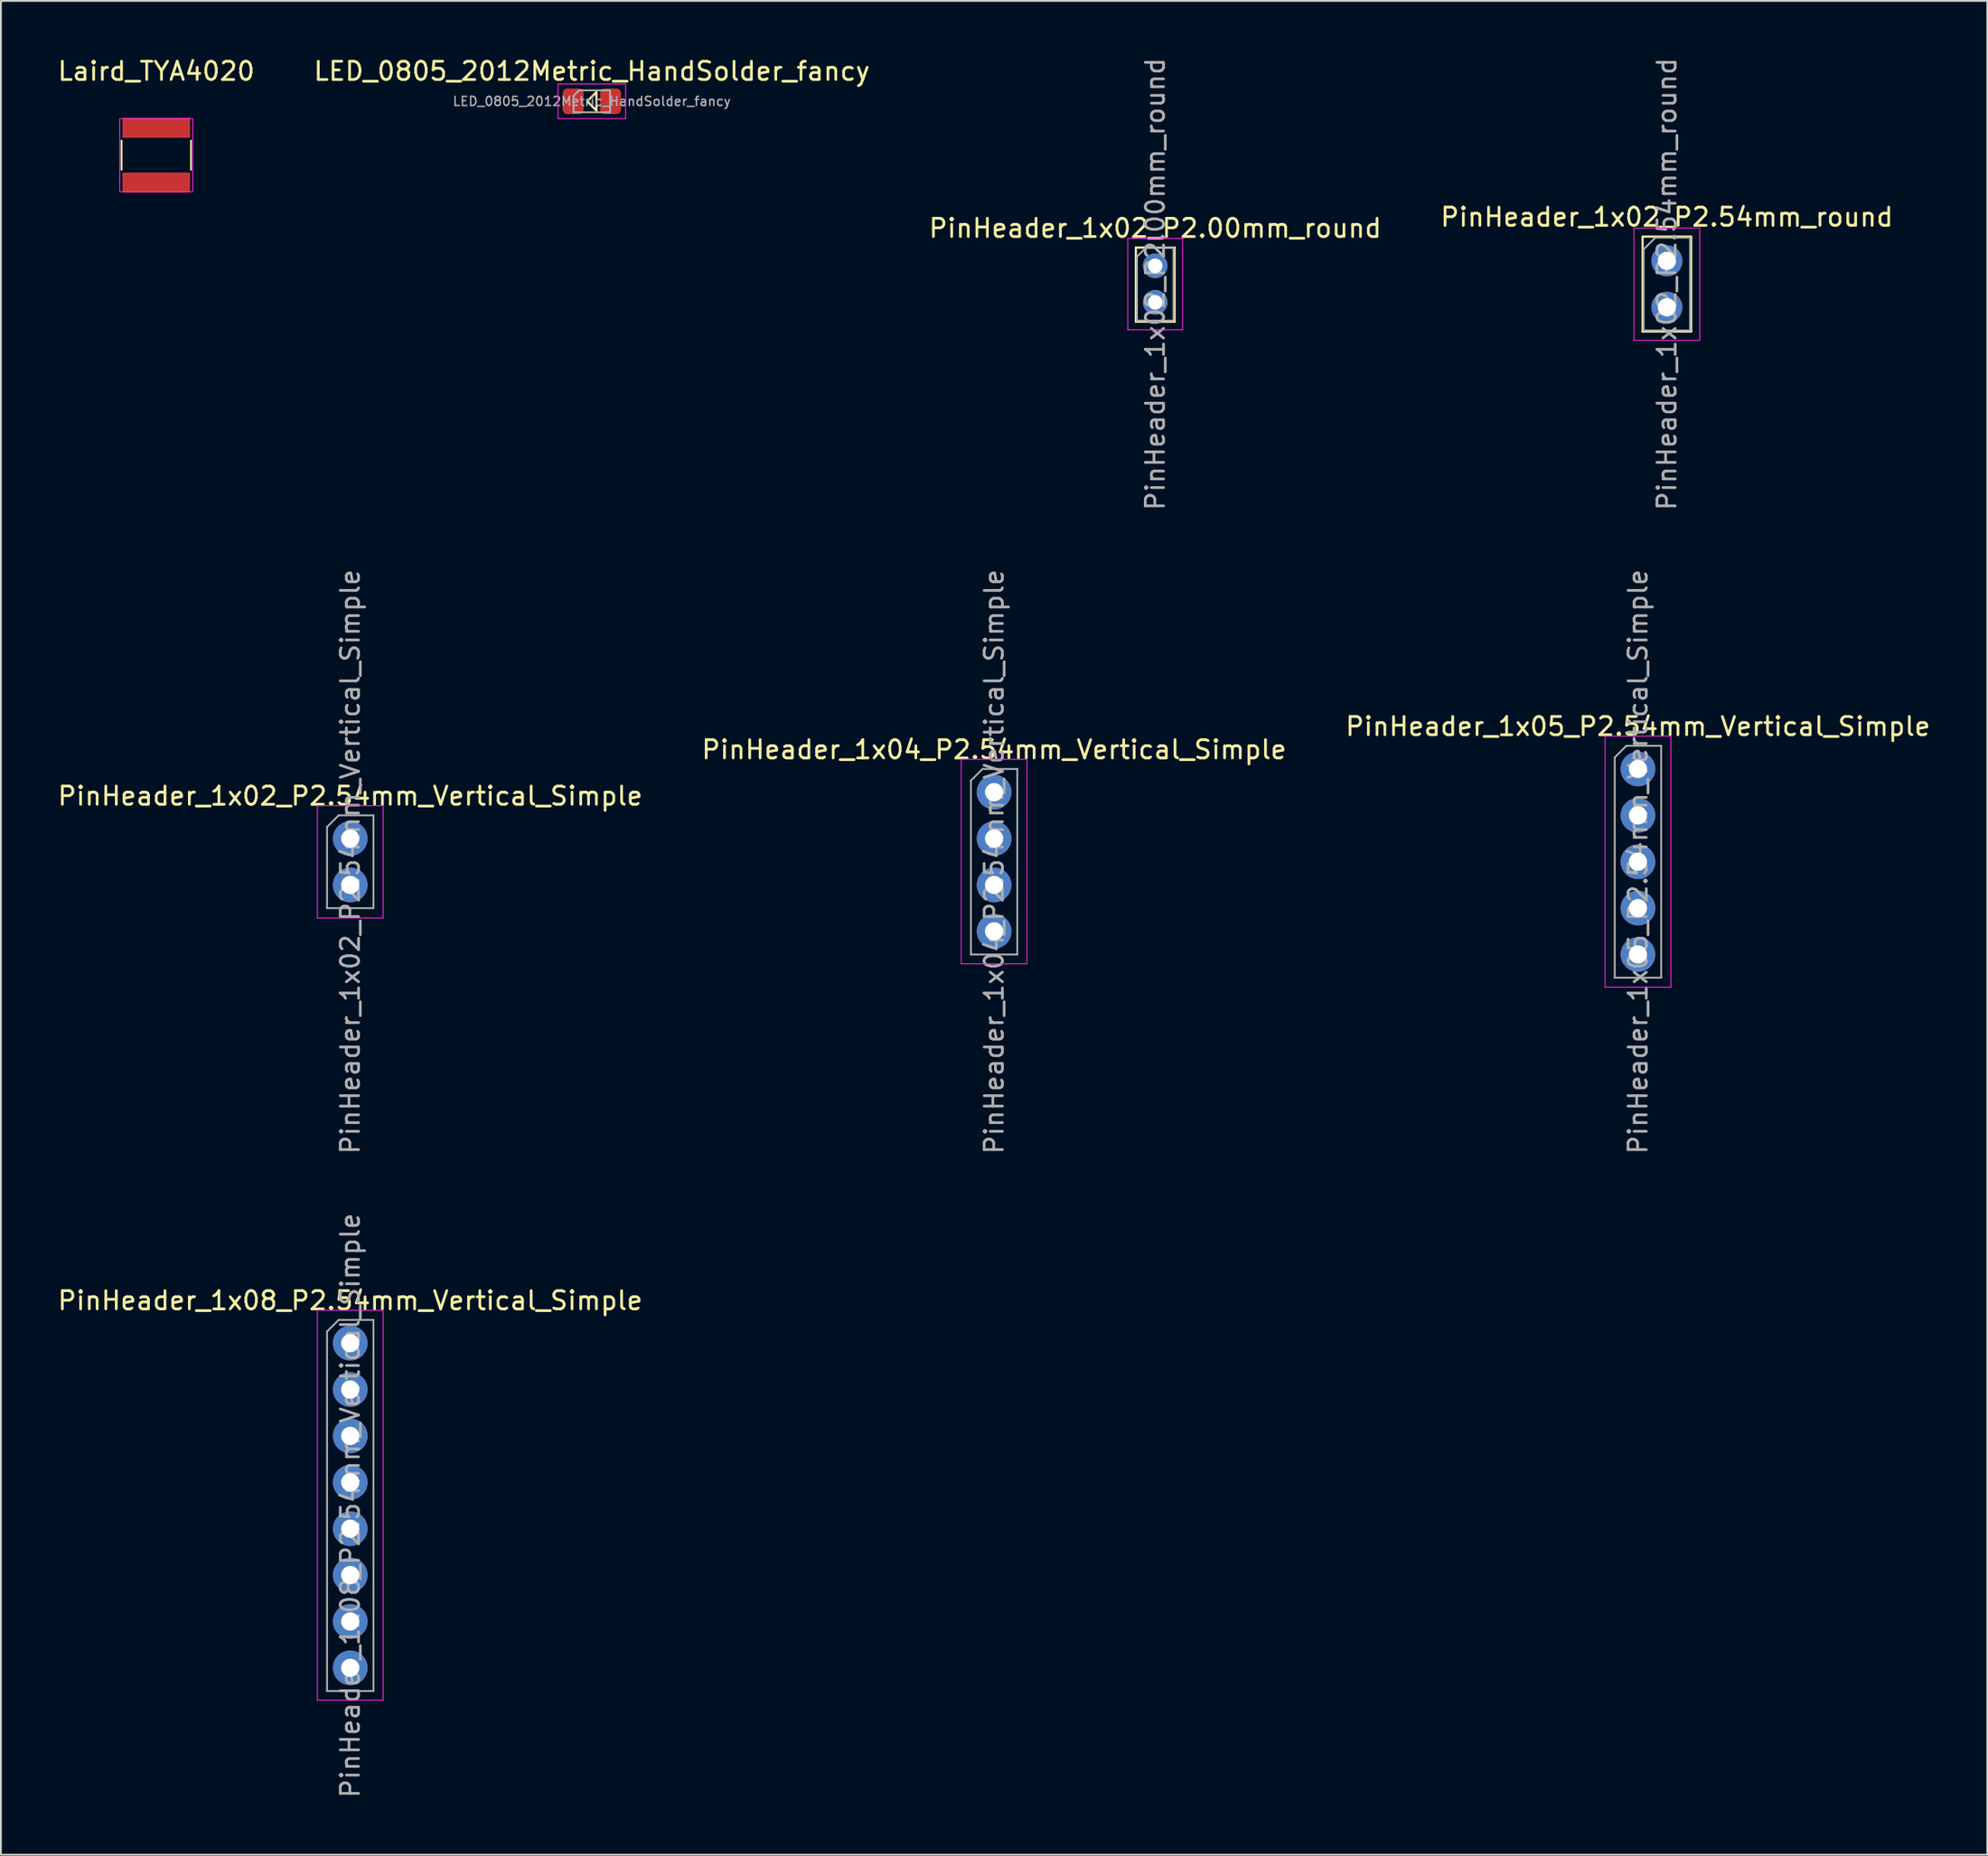
<source format=kicad_pcb>
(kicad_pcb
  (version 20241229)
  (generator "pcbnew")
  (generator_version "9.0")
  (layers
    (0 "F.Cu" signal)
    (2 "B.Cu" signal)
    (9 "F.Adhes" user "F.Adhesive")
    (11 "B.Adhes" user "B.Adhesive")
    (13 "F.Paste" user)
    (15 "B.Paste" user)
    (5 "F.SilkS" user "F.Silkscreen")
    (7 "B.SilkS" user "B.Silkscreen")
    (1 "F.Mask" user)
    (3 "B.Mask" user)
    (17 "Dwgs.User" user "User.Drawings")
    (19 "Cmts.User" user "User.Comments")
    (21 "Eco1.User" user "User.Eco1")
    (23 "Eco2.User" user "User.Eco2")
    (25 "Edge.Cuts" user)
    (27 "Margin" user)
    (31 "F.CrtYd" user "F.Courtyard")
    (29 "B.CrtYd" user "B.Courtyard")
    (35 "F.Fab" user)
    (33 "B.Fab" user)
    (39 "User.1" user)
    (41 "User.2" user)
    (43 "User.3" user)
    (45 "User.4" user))
  (footprint "Laird_TYA4020"
    (layer "F.Cu")
    (at 5.506 5.448)
    (property "Reference" "Laird_TYA4020" (at 0 -4.6 0) (unlocked yes) (layer "F.SilkS") (effects (font (size 1 1) (thickness 0.15))))
    (fp_line (start -1.9 -0.8) (end -1.9 0.8) (stroke (width 0.1) (type solid)) (layer "F.SilkS"))
    (fp_line (start 1.9 -0.8) (end 1.9 0.8) (stroke (width 0.1) (type solid)) (layer "F.SilkS"))
    (fp_rect (start -2 -2) (end 2 2) (stroke (width 0.05) (type solid)) (fill no) (layer "F.CrtYd"))
    (pad "1" smd rect (at 0 -1.5) (size 3.7 1.1) (layers "F.Cu" "F.Mask" "F.Paste"))
    (pad "2" smd rect (at 0 1.5) (size 3.7 1.1) (layers "F.Cu" "F.Mask" "F.Paste")))
  (footprint "LED_0805_2012Metric_HandSolder_fancy"
    (layer "F.Cu")
    (at 29.351 2.498)
    (property "Reference" "LED_0805_2012Metric_HandSolder_fancy" (at 0 -1.65 0) (layer "F.SilkS") (effects (font (size 1 1) (thickness 0.15))))
    (attr smd)
    (fp_line (start -0.254 0) (end 0.254 -0.508) (stroke (width 0.12) (type solid)) (layer "F.SilkS"))
    (fp_line (start 0.254 -0.508) (end 0.254 0.508) (stroke (width 0.12) (type solid)) (layer "F.SilkS"))
    (fp_line (start 0.254 0.508) (end -0.254 0) (stroke (width 0.12) (type solid)) (layer "F.SilkS"))
    (fp_line (start -1.85 -0.95) (end 1.85 -0.95) (stroke (width 0.05) (type solid)) (layer "F.CrtYd"))
    (fp_line (start -1.85 0.95) (end -1.85 -0.95) (stroke (width 0.05) (type solid)) (layer "F.CrtYd"))
    (fp_line (start 1.85 -0.95) (end 1.85 0.95) (stroke (width 0.05) (type solid)) (layer "F.CrtYd"))
    (fp_line (start 1.85 0.95) (end -1.85 0.95) (stroke (width 0.05) (type solid)) (layer "F.CrtYd"))
    (fp_line (start -1 -0.3) (end -1 0.6) (stroke (width 0.1) (type solid)) (layer "F.Fab"))
    (fp_line (start -1 0.6) (end 1 0.6) (stroke (width 0.1) (type solid)) (layer "F.Fab"))
    (fp_line (start -0.7 -0.6) (end -1 -0.3) (stroke (width 0.1) (type solid)) (layer "F.Fab"))
    (fp_line (start 1 -0.6) (end -0.7 -0.6) (stroke (width 0.1) (type solid)) (layer "F.Fab"))
    (fp_line (start 1 0.6) (end 1 -0.6) (stroke (width 0.1) (type solid)) (layer "F.Fab"))
    (fp_text user "${REFERENCE}" (at 0 0 0) (layer "F.Fab") (effects (font (size 0.5 0.5) (thickness 0.08))))
    (pad "1" smd roundrect (at -1.025 0) (size 1.15 1.4) (layers "F.Cu" "F.Mask" "F.Paste") (roundrect_rratio 0.217))
    (pad "2" smd roundrect (at 1.025 0) (size 1.15 1.4) (layers "F.Cu" "F.Mask" "F.Paste") (roundrect_rratio 0.217)))
  (footprint "PinHeader_1x05_P2.54mm_Vertical_Simple"
    (layer "F.Cu")
    (at 86.625 39.057)
    (property "Reference" "PinHeader_1x05_P2.54mm_Vertical_Simple" (at 0 -2.33 0) (layer "F.SilkS") (effects (font (size 1 1) (thickness 0.15))))
    (attr through_hole)
    (fp_line (start -1.8 -1.8) (end -1.8 11.95) (stroke (width 0.05) (type solid)) (layer "F.CrtYd"))
    (fp_line (start -1.8 11.95) (end 1.8 11.95) (stroke (width 0.05) (type solid)) (layer "F.CrtYd"))
    (fp_line (start 1.8 -1.8) (end -1.8 -1.8) (stroke (width 0.05) (type solid)) (layer "F.CrtYd"))
    (fp_line (start 1.8 11.95) (end 1.8 -1.8) (stroke (width 0.05) (type solid)) (layer "F.CrtYd"))
    (fp_line (start -1.27 -0.635) (end -0.635 -1.27) (stroke (width 0.1) (type solid)) (layer "F.Fab"))
    (fp_line (start -1.27 11.43) (end -1.27 -0.635) (stroke (width 0.1) (type solid)) (layer "F.Fab"))
    (fp_line (start -0.635 -1.27) (end 1.27 -1.27) (stroke (width 0.1) (type solid)) (layer "F.Fab"))
    (fp_line (start 1.27 -1.27) (end 1.27 11.43) (stroke (width 0.1) (type solid)) (layer "F.Fab"))
    (fp_line (start 1.27 11.43) (end -1.27 11.43) (stroke (width 0.1) (type solid)) (layer "F.Fab"))
    (fp_text user "${REFERENCE}" (at 0 5.08 90) (layer "F.Fab") (effects (font (size 1 1) (thickness 0.15))))
    (pad "1" thru_hole circle (at 0 0) (size 1.9 1.9) (drill 1) (layers "*.Cu" "*.Mask"))
    (pad "2" thru_hole circle (at 0 2.54) (size 1.9 1.9) (drill 1) (layers "*.Cu" "*.Mask"))
    (pad "3" thru_hole circle (at 0 5.08) (size 1.9 1.9) (drill 1) (layers "*.Cu" "*.Mask"))
    (pad "4" thru_hole circle (at 0 7.62) (size 1.9 1.9) (drill 1) (layers "*.Cu" "*.Mask"))
    (pad "5" thru_hole circle (at 0 10.16) (size 1.9 1.9) (drill 1) (layers "*.Cu" "*.Mask")))
  (footprint "PinHeader_1x08_P2.54mm_Vertical_Simple"
    (layer "F.Cu")
    (at 16.125 70.497)
    (property "Reference" "PinHeader_1x08_P2.54mm_Vertical_Simple" (at 0 -2.33 0) (layer "F.SilkS") (effects (font (size 1 1) (thickness 0.15))))
    (attr through_hole)
    (fp_line (start -1.8 -1.8) (end -1.8 19.55) (stroke (width 0.05) (type solid)) (layer "F.CrtYd"))
    (fp_line (start -1.8 19.55) (end 1.8 19.55) (stroke (width 0.05) (type solid)) (layer "F.CrtYd"))
    (fp_line (start 1.8 -1.8) (end -1.8 -1.8) (stroke (width 0.05) (type solid)) (layer "F.CrtYd"))
    (fp_line (start 1.8 19.55) (end 1.8 -1.8) (stroke (width 0.05) (type solid)) (layer "F.CrtYd"))
    (fp_line (start -1.27 -0.635) (end -0.635 -1.27) (stroke (width 0.1) (type solid)) (layer "F.Fab"))
    (fp_line (start -1.27 19.05) (end -1.27 -0.635) (stroke (width 0.1) (type solid)) (layer "F.Fab"))
    (fp_line (start -0.635 -1.27) (end 1.27 -1.27) (stroke (width 0.1) (type solid)) (layer "F.Fab"))
    (fp_line (start 1.27 -1.27) (end 1.27 19.05) (stroke (width 0.1) (type solid)) (layer "F.Fab"))
    (fp_line (start 1.27 19.05) (end -1.27 19.05) (stroke (width 0.1) (type solid)) (layer "F.Fab"))
    (fp_text user "${REFERENCE}" (at 0 8.89 90) (layer "F.Fab") (effects (font (size 1 1) (thickness 0.15))))
    (pad "1" thru_hole circle (at 0 0) (size 1.9 1.9) (drill 1) (layers "*.Cu" "*.Mask"))
    (pad "2" thru_hole circle (at 0 2.54) (size 1.9 1.9) (drill 1) (layers "*.Cu" "*.Mask"))
    (pad "3" thru_hole circle (at 0 5.08) (size 1.9 1.9) (drill 1) (layers "*.Cu" "*.Mask"))
    (pad "4" thru_hole circle (at 0 7.62) (size 1.9 1.9) (drill 1) (layers "*.Cu" "*.Mask"))
    (pad "5" thru_hole circle (at 0 10.16) (size 1.9 1.9) (drill 1) (layers "*.Cu" "*.Mask"))
    (pad "6" thru_hole circle (at 0 12.7) (size 1.9 1.9) (drill 1) (layers "*.Cu" "*.Mask"))
    (pad "7" thru_hole circle (at 0 15.24) (size 1.9 1.9) (drill 1) (layers "*.Cu" "*.Mask"))
    (pad "8" thru_hole circle (at 0 17.78) (size 1.9 1.9) (drill 1) (layers "*.Cu" "*.Mask")))
  (footprint "PinHeader_1x02_P2.54mm_Vertical_Simple"
    (layer "F.Cu")
    (at 16.125 42.867)
    (property "Reference" "PinHeader_1x02_P2.54mm_Vertical_Simple" (at 0 -2.33 0) (layer "F.SilkS") (effects (font (size 1 1) (thickness 0.15))))
    (attr through_hole)
    (fp_line (start -1.8 -1.8) (end -1.8 4.35) (stroke (width 0.05) (type solid)) (layer "F.CrtYd"))
    (fp_line (start -1.8 4.35) (end 1.8 4.35) (stroke (width 0.05) (type solid)) (layer "F.CrtYd"))
    (fp_line (start 1.8 -1.8) (end -1.8 -1.8) (stroke (width 0.05) (type solid)) (layer "F.CrtYd"))
    (fp_line (start 1.8 4.35) (end 1.8 -1.8) (stroke (width 0.05) (type solid)) (layer "F.CrtYd"))
    (fp_line (start -1.27 -0.635) (end -0.635 -1.27) (stroke (width 0.1) (type solid)) (layer "F.Fab"))
    (fp_line (start -1.27 3.81) (end -1.27 -0.635) (stroke (width 0.1) (type solid)) (layer "F.Fab"))
    (fp_line (start -0.635 -1.27) (end 1.27 -1.27) (stroke (width 0.1) (type solid)) (layer "F.Fab"))
    (fp_line (start 1.27 -1.27) (end 1.27 3.81) (stroke (width 0.1) (type solid)) (layer "F.Fab"))
    (fp_line (start 1.27 3.81) (end -1.27 3.81) (stroke (width 0.1) (type solid)) (layer "F.Fab"))
    (fp_text user "${REFERENCE}" (at 0 1.27 90) (layer "F.Fab") (effects (font (size 1 1) (thickness 0.15))))
    (pad "1" thru_hole circle (at 0 0) (size 1.9 1.9) (drill 1) (layers "*.Cu" "*.Mask"))
    (pad "2" thru_hole circle (at 0 2.54) (size 1.9 1.9) (drill 1) (layers "*.Cu" "*.Mask")))
  (footprint "PinHeader_1x02_P2.54mm_round"
    (layer "F.Cu")
    (at 88.208 11.236)
    (property "Reference" "PinHeader_1x02_P2.54mm_round" (at 0 -2.4 0) (layer "F.SilkS") (effects (font (size 1 1) (thickness 0.15))))
    (attr through_hole)
    (fp_line (start -1.33 -1.33) (end 1.33 -1.33) (stroke (width 0.12) (type solid)) (layer "F.SilkS"))
    (fp_line (start -1.33 -1.3) (end -1.33 3.87) (stroke (width 0.12) (type solid)) (layer "F.SilkS"))
    (fp_line (start -1.33 3.87) (end 1.33 3.87) (stroke (width 0.12) (type solid)) (layer "F.SilkS"))
    (fp_line (start 1.33 -1.3) (end 1.33 3.87) (stroke (width 0.12) (type solid)) (layer "F.SilkS"))
    (fp_line (start -1.8 -1.8) (end -1.8 4.35) (stroke (width 0.05) (type solid)) (layer "F.CrtYd"))
    (fp_line (start -1.8 4.35) (end 1.8 4.35) (stroke (width 0.05) (type solid)) (layer "F.CrtYd"))
    (fp_line (start 1.8 -1.8) (end -1.8 -1.8) (stroke (width 0.05) (type solid)) (layer "F.CrtYd"))
    (fp_line (start 1.8 4.35) (end 1.8 -1.8) (stroke (width 0.05) (type solid)) (layer "F.CrtYd"))
    (fp_line (start -1.27 -0.635) (end -0.635 -1.27) (stroke (width 0.1) (type solid)) (layer "F.Fab"))
    (fp_line (start -1.27 3.81) (end -1.27 -0.635) (stroke (width 0.1) (type solid)) (layer "F.Fab"))
    (fp_line (start -0.635 -1.27) (end 1.27 -1.27) (stroke (width 0.1) (type solid)) (layer "F.Fab"))
    (fp_line (start 1.27 -1.27) (end 1.27 3.81) (stroke (width 0.1) (type solid)) (layer "F.Fab"))
    (fp_line (start 1.27 3.81) (end -1.27 3.81) (stroke (width 0.1) (type solid)) (layer "F.Fab"))
    (fp_text user "${REFERENCE}" (at 0 1.27 90) (layer "F.Fab") (effects (font (size 1 1) (thickness 0.15))))
    (pad "1" thru_hole oval (at 0 0) (size 1.7 1.7) (drill 1) (layers "*.Cu" "*.Mask"))
    (pad "2" thru_hole oval (at 0 2.54) (size 1.7 1.7) (drill 1) (layers "*.Cu" "*.Mask")))
  (footprint "PinHeader_1x02_P2.00mm_round"
    (layer "F.Cu")
    (at 60.196 11.506)
    (property "Reference" "PinHeader_1x02_P2.00mm_round" (at 0 -2.06 0) (layer "F.SilkS") (effects (font (size 1 1) (thickness 0.15))))
    (attr through_hole)
    (fp_line (start -1.06 -1) (end -1.06 3.06) (stroke (width 0.12) (type solid)) (layer "F.SilkS"))
    (fp_line (start -1.06 -1) (end 1.06 -1) (stroke (width 0.12) (type solid)) (layer "F.SilkS"))
    (fp_line (start -1.06 3.06) (end 1.06 3.06) (stroke (width 0.12) (type solid)) (layer "F.SilkS"))
    (fp_line (start 1.06 -1) (end 1.06 3.06) (stroke (width 0.12) (type solid)) (layer "F.SilkS"))
    (fp_line (start -1.5 -1.5) (end -1.5 3.5) (stroke (width 0.05) (type solid)) (layer "F.CrtYd"))
    (fp_line (start -1.5 3.5) (end 1.5 3.5) (stroke (width 0.05) (type solid)) (layer "F.CrtYd"))
    (fp_line (start 1.5 -1.5) (end -1.5 -1.5) (stroke (width 0.05) (type solid)) (layer "F.CrtYd"))
    (fp_line (start 1.5 3.5) (end 1.5 -1.5) (stroke (width 0.05) (type solid)) (layer "F.CrtYd"))
    (fp_line (start -1 -0.5) (end -0.5 -1) (stroke (width 0.1) (type solid)) (layer "F.Fab"))
    (fp_line (start -1 3) (end -1 -0.5) (stroke (width 0.1) (type solid)) (layer "F.Fab"))
    (fp_line (start -0.5 -1) (end 1 -1) (stroke (width 0.1) (type solid)) (layer "F.Fab"))
    (fp_line (start 1 -1) (end 1 3) (stroke (width 0.1) (type solid)) (layer "F.Fab"))
    (fp_line (start 1 3) (end -1 3) (stroke (width 0.1) (type solid)) (layer "F.Fab"))
    (fp_text user "${REFERENCE}" (at 0 1 90) (layer "F.Fab") (effects (font (size 1 1) (thickness 0.15))))
    (pad "1" thru_hole oval (at 0 0) (size 1.35 1.35) (drill 0.8) (layers "*.Cu" "*.Mask"))
    (pad "2" thru_hole oval (at 0 2) (size 1.35 1.35) (drill 0.8) (layers "*.Cu" "*.Mask")))
  (footprint "PinHeader_1x04_P2.54mm_Vertical_Simple"
    (layer "F.Cu")
    (at 51.375 40.327)
    (property "Reference" "PinHeader_1x04_P2.54mm_Vertical_Simple" (at 0 -2.33 0) (layer "F.SilkS") (effects (font (size 1 1) (thickness 0.15))))
    (attr through_hole)
    (fp_line (start -1.8 -1.8) (end -1.8 9.4) (stroke (width 0.05) (type solid)) (layer "F.CrtYd"))
    (fp_line (start -1.8 9.4) (end 1.8 9.4) (stroke (width 0.05) (type solid)) (layer "F.CrtYd"))
    (fp_line (start 1.8 -1.8) (end -1.8 -1.8) (stroke (width 0.05) (type solid)) (layer "F.CrtYd"))
    (fp_line (start 1.8 9.4) (end 1.8 -1.8) (stroke (width 0.05) (type solid)) (layer "F.CrtYd"))
    (fp_line (start -1.27 -0.635) (end -0.635 -1.27) (stroke (width 0.1) (type solid)) (layer "F.Fab"))
    (fp_line (start -1.27 8.89) (end -1.27 -0.635) (stroke (width 0.1) (type solid)) (layer "F.Fab"))
    (fp_line (start -0.635 -1.27) (end 1.27 -1.27) (stroke (width 0.1) (type solid)) (layer "F.Fab"))
    (fp_line (start 1.27 -1.27) (end 1.27 8.89) (stroke (width 0.1) (type solid)) (layer "F.Fab"))
    (fp_line (start 1.27 8.89) (end -1.27 8.89) (stroke (width 0.1) (type solid)) (layer "F.Fab"))
    (fp_text user "${REFERENCE}" (at 0 3.81 90) (layer "F.Fab") (effects (font (size 1 1) (thickness 0.15))))
    (pad "1" thru_hole circle (at 0 0) (size 1.9 1.9) (drill 1) (layers "*.Cu" "*.Mask"))
    (pad "2" thru_hole circle (at 0 2.54) (size 1.9 1.9) (drill 1) (layers "*.Cu" "*.Mask"))
    (pad "3" thru_hole circle (at 0 5.08) (size 1.9 1.9) (drill 1) (layers "*.Cu" "*.Mask"))
    (pad "4" thru_hole circle (at 0 7.62) (size 1.9 1.9) (drill 1) (layers "*.Cu" "*.Mask")))
  (gr_rect
    (start -3 -3)
    (end 105.75 98.512)
    (stroke (width 0.1) (type default))
    (fill no)
    (layer "Edge.Cuts")))
</source>
